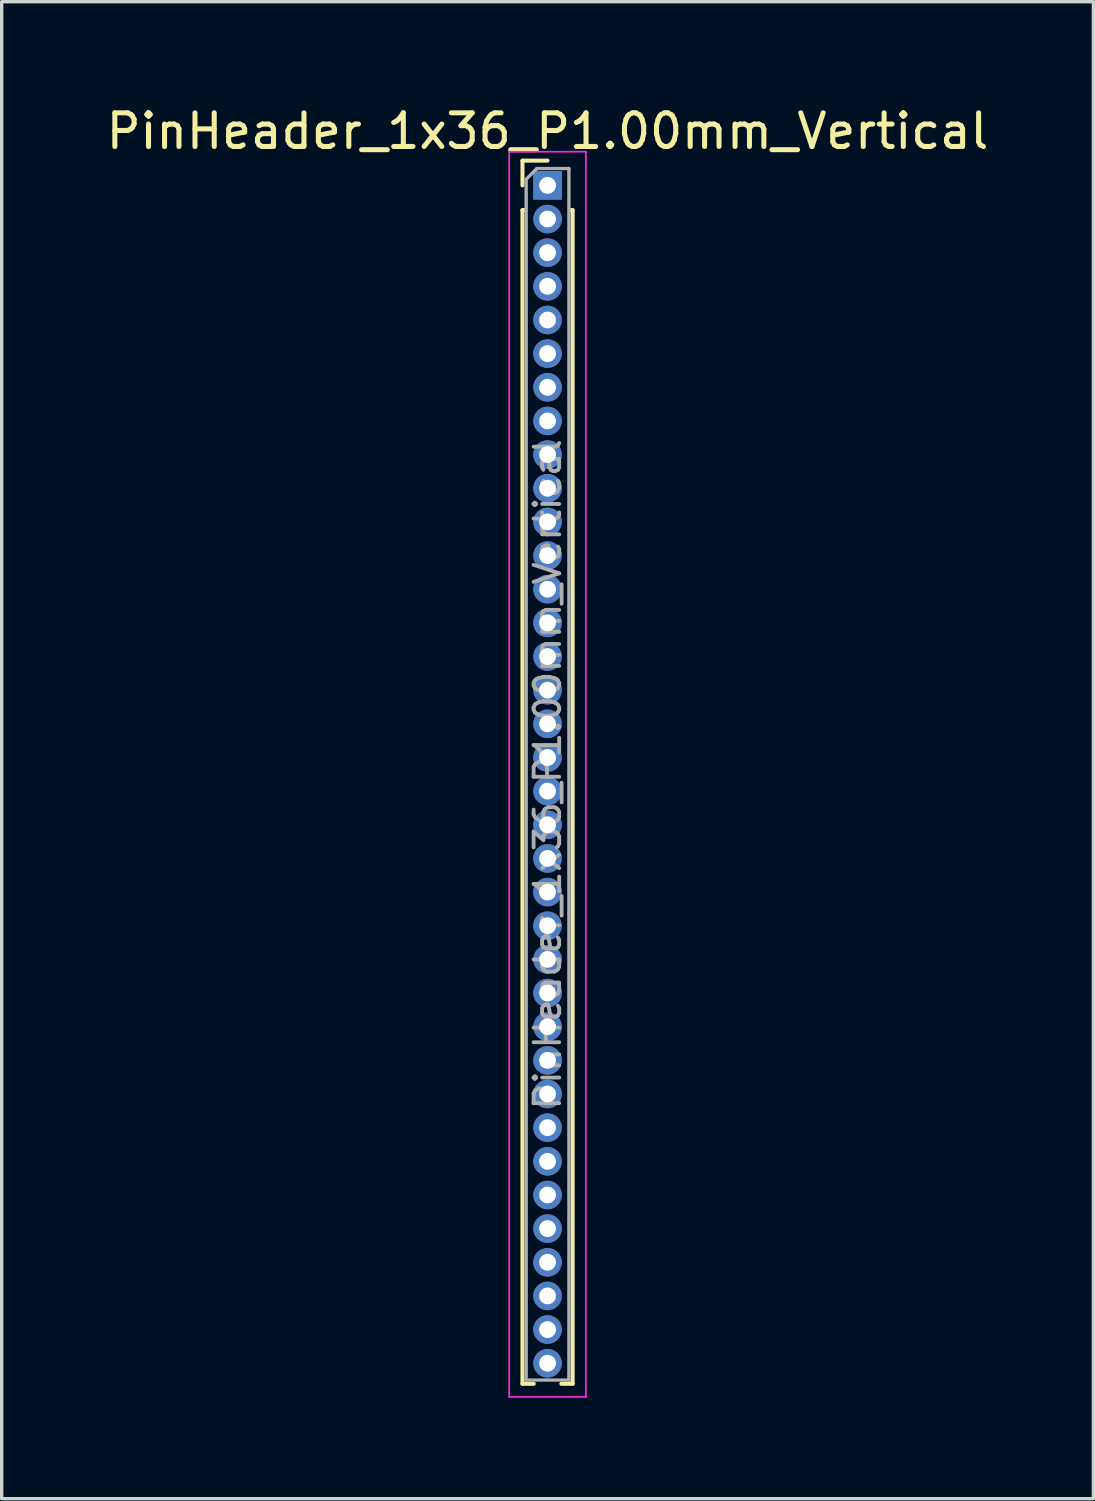
<source format=kicad_pcb>
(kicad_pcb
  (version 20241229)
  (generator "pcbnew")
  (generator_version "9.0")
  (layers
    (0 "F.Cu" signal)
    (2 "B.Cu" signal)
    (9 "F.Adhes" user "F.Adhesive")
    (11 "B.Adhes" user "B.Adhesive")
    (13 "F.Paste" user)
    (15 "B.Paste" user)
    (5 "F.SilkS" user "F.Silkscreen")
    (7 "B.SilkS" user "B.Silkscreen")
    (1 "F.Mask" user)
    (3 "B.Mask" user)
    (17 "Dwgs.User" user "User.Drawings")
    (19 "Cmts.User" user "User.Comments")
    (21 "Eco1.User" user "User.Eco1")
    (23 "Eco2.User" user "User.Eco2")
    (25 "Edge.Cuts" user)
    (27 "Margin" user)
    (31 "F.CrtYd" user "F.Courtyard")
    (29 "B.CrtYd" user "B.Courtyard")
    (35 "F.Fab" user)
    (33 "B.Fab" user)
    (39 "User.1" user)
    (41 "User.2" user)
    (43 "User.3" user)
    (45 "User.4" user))
  (footprint "PinHeader_1x36_P1.00mm_Vertical"
    (layer "F.Cu")
    (at 13.22 2.458)
    (property "Reference" "PinHeader_1x36_P1.00mm_Vertical" (at 0 -1.61 0) (layer "F.SilkS") (effects (font (size 1 1) (thickness 0.15))))
    (attr through_hole)
    (fp_line (start -0.745 -0.735) (end 0 -0.735) (stroke (width 0.12) (type solid)) (layer "F.SilkS"))
    (fp_line (start -0.745 0) (end -0.745 -0.735) (stroke (width 0.12) (type solid)) (layer "F.SilkS"))
    (fp_line (start -0.745 0.735) (end -0.745 35.61) (stroke (width 0.12) (type solid)) (layer "F.SilkS"))
    (fp_line (start -0.745 0.735) (end -0.686 0.735) (stroke (width 0.12) (type solid)) (layer "F.SilkS"))
    (fp_line (start -0.745 35.61) (end -0.41 35.61) (stroke (width 0.12) (type solid)) (layer "F.SilkS"))
    (fp_line (start 0.41 35.61) (end 0.745 35.61) (stroke (width 0.12) (type solid)) (layer "F.SilkS"))
    (fp_line (start 0.686 0.735) (end 0.745 0.735) (stroke (width 0.12) (type solid)) (layer "F.SilkS"))
    (fp_line (start 0.745 0.735) (end 0.745 35.61) (stroke (width 0.12) (type solid)) (layer "F.SilkS"))
    (fp_line (start -1.14 -1) (end -1.14 36) (stroke (width 0.05) (type solid)) (layer "F.CrtYd"))
    (fp_line (start -1.14 36) (end 1.14 36) (stroke (width 0.05) (type solid)) (layer "F.CrtYd"))
    (fp_line (start 1.14 -1) (end -1.14 -1) (stroke (width 0.05) (type solid)) (layer "F.CrtYd"))
    (fp_line (start 1.14 36) (end 1.14 -1) (stroke (width 0.05) (type solid)) (layer "F.CrtYd"))
    (fp_line (start -0.635 -0.182) (end -0.318 -0.5) (stroke (width 0.1) (type solid)) (layer "F.Fab"))
    (fp_line (start -0.635 35.5) (end -0.635 -0.182) (stroke (width 0.1) (type solid)) (layer "F.Fab"))
    (fp_line (start -0.318 -0.5) (end 0.635 -0.5) (stroke (width 0.1) (type solid)) (layer "F.Fab"))
    (fp_line (start 0.635 -0.5) (end 0.635 35.5) (stroke (width 0.1) (type solid)) (layer "F.Fab"))
    (fp_line (start 0.635 35.5) (end -0.635 35.5) (stroke (width 0.1) (type solid)) (layer "F.Fab"))
    (fp_text user "${REFERENCE}" (at 0 17.5 90) (layer "F.Fab") (effects (font (size 0.76 0.76) (thickness 0.114))))
    (pad "1" thru_hole rect (at 0 0) (size 0.85 0.85) (drill 0.5) (layers "*.Cu" "*.Mask"))
    (pad "2" thru_hole circle (at 0 1) (size 0.85 0.85) (drill 0.5) (layers "*.Cu" "*.Mask"))
    (pad "3" thru_hole circle (at 0 2) (size 0.85 0.85) (drill 0.5) (layers "*.Cu" "*.Mask"))
    (pad "4" thru_hole circle (at 0 3) (size 0.85 0.85) (drill 0.5) (layers "*.Cu" "*.Mask"))
    (pad "5" thru_hole circle (at 0 4) (size 0.85 0.85) (drill 0.5) (layers "*.Cu" "*.Mask"))
    (pad "6" thru_hole circle (at 0 5) (size 0.85 0.85) (drill 0.5) (layers "*.Cu" "*.Mask"))
    (pad "7" thru_hole circle (at 0 6) (size 0.85 0.85) (drill 0.5) (layers "*.Cu" "*.Mask"))
    (pad "8" thru_hole circle (at 0 7) (size 0.85 0.85) (drill 0.5) (layers "*.Cu" "*.Mask"))
    (pad "9" thru_hole circle (at 0 8) (size 0.85 0.85) (drill 0.5) (layers "*.Cu" "*.Mask"))
    (pad "10" thru_hole circle (at 0 9) (size 0.85 0.85) (drill 0.5) (layers "*.Cu" "*.Mask"))
    (pad "11" thru_hole circle (at 0 10) (size 0.85 0.85) (drill 0.5) (layers "*.Cu" "*.Mask"))
    (pad "12" thru_hole circle (at 0 11) (size 0.85 0.85) (drill 0.5) (layers "*.Cu" "*.Mask"))
    (pad "13" thru_hole circle (at 0 12) (size 0.85 0.85) (drill 0.5) (layers "*.Cu" "*.Mask"))
    (pad "14" thru_hole circle (at 0 13) (size 0.85 0.85) (drill 0.5) (layers "*.Cu" "*.Mask"))
    (pad "15" thru_hole circle (at 0 14) (size 0.85 0.85) (drill 0.5) (layers "*.Cu" "*.Mask"))
    (pad "16" thru_hole circle (at 0 15) (size 0.85 0.85) (drill 0.5) (layers "*.Cu" "*.Mask"))
    (pad "17" thru_hole circle (at 0 16) (size 0.85 0.85) (drill 0.5) (layers "*.Cu" "*.Mask"))
    (pad "18" thru_hole circle (at 0 17) (size 0.85 0.85) (drill 0.5) (layers "*.Cu" "*.Mask"))
    (pad "19" thru_hole circle (at 0 18) (size 0.85 0.85) (drill 0.5) (layers "*.Cu" "*.Mask"))
    (pad "20" thru_hole circle (at 0 19) (size 0.85 0.85) (drill 0.5) (layers "*.Cu" "*.Mask"))
    (pad "21" thru_hole circle (at 0 20) (size 0.85 0.85) (drill 0.5) (layers "*.Cu" "*.Mask"))
    (pad "22" thru_hole circle (at 0 21) (size 0.85 0.85) (drill 0.5) (layers "*.Cu" "*.Mask"))
    (pad "23" thru_hole circle (at 0 22) (size 0.85 0.85) (drill 0.5) (layers "*.Cu" "*.Mask"))
    (pad "24" thru_hole circle (at 0 23) (size 0.85 0.85) (drill 0.5) (layers "*.Cu" "*.Mask"))
    (pad "25" thru_hole circle (at 0 24) (size 0.85 0.85) (drill 0.5) (layers "*.Cu" "*.Mask"))
    (pad "26" thru_hole circle (at 0 25) (size 0.85 0.85) (drill 0.5) (layers "*.Cu" "*.Mask"))
    (pad "27" thru_hole circle (at 0 26) (size 0.85 0.85) (drill 0.5) (layers "*.Cu" "*.Mask"))
    (pad "28" thru_hole circle (at 0 27) (size 0.85 0.85) (drill 0.5) (layers "*.Cu" "*.Mask"))
    (pad "29" thru_hole circle (at 0 28) (size 0.85 0.85) (drill 0.5) (layers "*.Cu" "*.Mask"))
    (pad "30" thru_hole circle (at 0 29) (size 0.85 0.85) (drill 0.5) (layers "*.Cu" "*.Mask"))
    (pad "31" thru_hole circle (at 0 30) (size 0.85 0.85) (drill 0.5) (layers "*.Cu" "*.Mask"))
    (pad "32" thru_hole circle (at 0 31) (size 0.85 0.85) (drill 0.5) (layers "*.Cu" "*.Mask"))
    (pad "33" thru_hole circle (at 0 32) (size 0.85 0.85) (drill 0.5) (layers "*.Cu" "*.Mask"))
    (pad "34" thru_hole circle (at 0 33) (size 0.85 0.85) (drill 0.5) (layers "*.Cu" "*.Mask"))
    (pad "35" thru_hole circle (at 0 34) (size 0.85 0.85) (drill 0.5) (layers "*.Cu" "*.Mask"))
    (pad "36" thru_hole circle (at 0 35) (size 0.85 0.85) (drill 0.5) (layers "*.Cu" "*.Mask")))
  (gr_rect
    (start -3 -3)
    (end 29.44 41.483)
    (stroke (width 0.1) (type default))
    (fill no)
    (layer "Edge.Cuts")))
</source>
